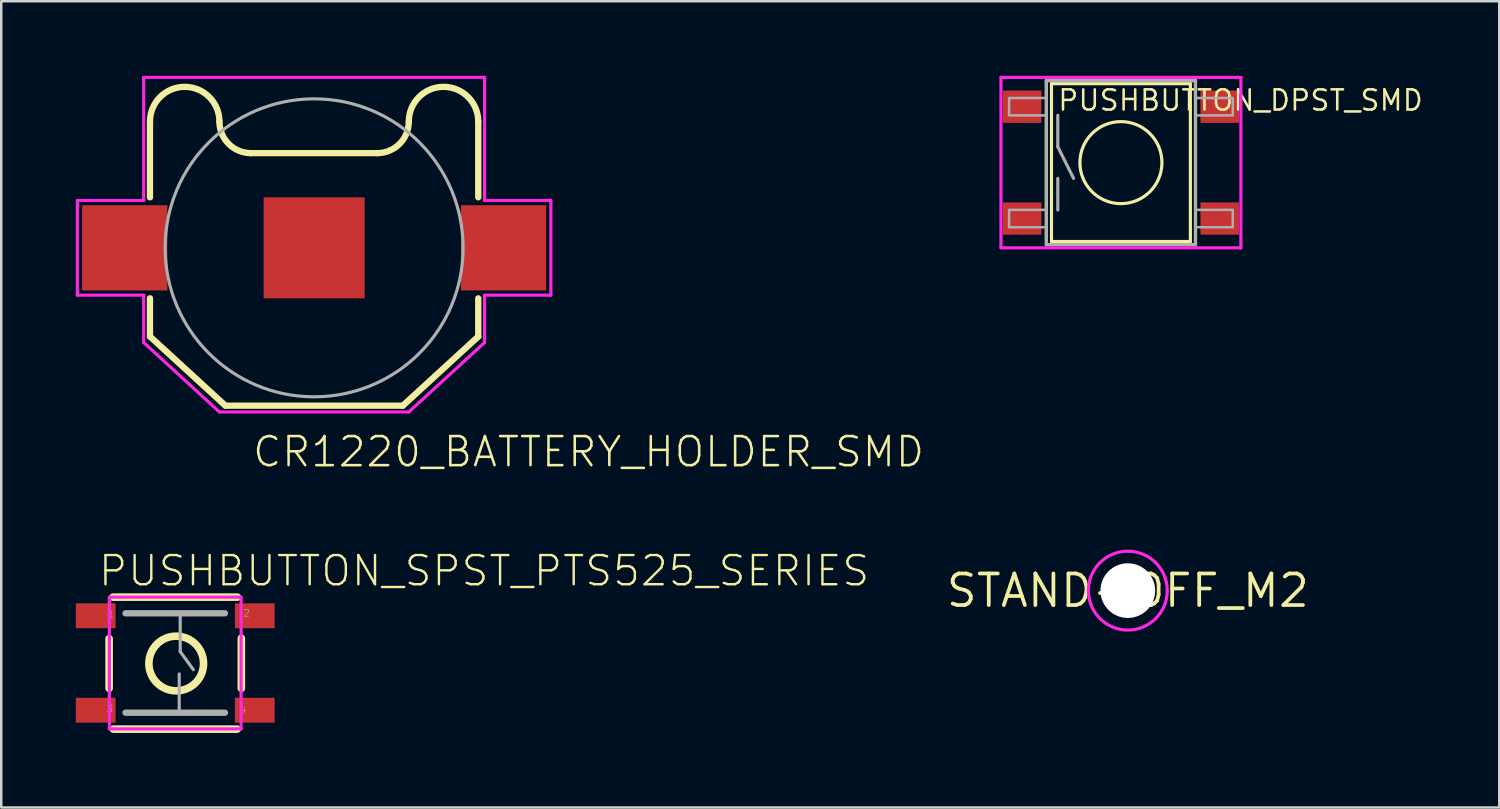
<source format=kicad_pcb>
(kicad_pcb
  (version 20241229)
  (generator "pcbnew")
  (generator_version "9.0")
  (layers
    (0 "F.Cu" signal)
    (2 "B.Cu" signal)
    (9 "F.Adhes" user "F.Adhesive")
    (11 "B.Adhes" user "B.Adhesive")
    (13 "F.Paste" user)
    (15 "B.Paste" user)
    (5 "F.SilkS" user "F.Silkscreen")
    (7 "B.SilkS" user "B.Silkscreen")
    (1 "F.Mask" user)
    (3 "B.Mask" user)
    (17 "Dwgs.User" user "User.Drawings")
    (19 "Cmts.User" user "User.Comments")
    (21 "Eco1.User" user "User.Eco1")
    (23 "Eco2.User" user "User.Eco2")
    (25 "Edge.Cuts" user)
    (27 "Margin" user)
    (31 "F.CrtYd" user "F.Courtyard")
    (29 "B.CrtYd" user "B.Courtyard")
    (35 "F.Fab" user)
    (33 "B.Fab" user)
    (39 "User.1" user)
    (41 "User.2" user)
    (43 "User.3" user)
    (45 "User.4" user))
  (footprint "PUSHBUTTON_SPST_PTS525_SERIES"
    (layer "F.Cu")
    (at 4 23.625)
    (property "Reference" "PUSHBUTTON_SPST_PTS525_SERIES" (at -3.15 -3.708 0) (layer "F.SilkS") (effects (font (size 1.174 1.174) (thickness 0.096)) (justify left)))
    (fp_line (start -2.66 1.02) (end -2.66 -0.98) (stroke (width 0.305) (type solid)) (layer "F.SilkS"))
    (fp_line (start -2.5 -2.65) (end 2.5 -2.65) (stroke (width 0.305) (type solid)) (layer "F.SilkS"))
    (fp_line (start -2.49 2.66) (end 2.49 2.66) (stroke (width 0.305) (type solid)) (layer "F.SilkS"))
    (fp_line (start 2.5 -2.65) (end 2.5 -2.64) (stroke (width 0.127) (type solid)) (layer "F.SilkS"))
    (fp_line (start 2.66 1.02) (end 2.66 -1) (stroke (width 0.305) (type solid)) (layer "F.SilkS"))
    (fp_circle (center 0.04 0.02) (end 1.14 0.02) (stroke (width 0.305) (type solid)) (fill no) (layer "F.SilkS"))
    (fp_line (start -2.65 -2.65) (end 2.65 -2.65) (stroke (width 0.127) (type solid)) (layer "F.CrtYd"))
    (fp_line (start -2.65 2.65) (end -2.65 -2.65) (stroke (width 0.127) (type solid)) (layer "F.CrtYd"))
    (fp_line (start 2.65 -2.65) (end 2.65 2.65) (stroke (width 0.127) (type solid)) (layer "F.CrtYd"))
    (fp_line (start 2.65 2.65) (end -2.65 2.65) (stroke (width 0.127) (type solid)) (layer "F.CrtYd"))
    (fp_line (start -2 -2) (end 2 -2) (stroke (width 0.254) (type solid)) (layer "F.Fab"))
    (fp_line (start -2 2) (end 2 2) (stroke (width 0.254) (type solid)) (layer "F.Fab"))
    (fp_line (start 0.16 2.01) (end 0.16 0.44) (stroke (width 0.127) (type solid)) (layer "F.Fab"))
    (fp_line (start 0.2 -2.055) (end 0.2 -0.46) (stroke (width 0.127) (type solid)) (layer "F.Fab"))
    (fp_line (start 0.2 -0.46) (end 0.73 0.27) (stroke (width 0.127) (type solid)) (layer "F.Fab"))
    (fp_text user "3" (at -2.78 2.005 0) (layer "F.Fab") (effects (font (size 0.28 0.28) (thickness 0.024)) (justify left bottom)))
    (fp_text user "2" (at 2.72 -1.845 0) (layer "F.Fab") (effects (font (size 0.28 0.28) (thickness 0.024)) (justify left bottom)))
    (fp_text user "4" (at 2.58 2.04 0) (layer "F.Fab") (effects (font (size 0.28 0.28) (thickness 0.024)) (justify left bottom)))
    (fp_text user "1" (at -2.73 -1.785 0) (layer "F.Fab") (effects (font (size 0.28 0.28) (thickness 0.024)) (justify left bottom)))
    (pad "P$1" smd rect (at -3.2 -1.9) (size 1.6 1) (layers "F.Cu" "F.Mask" "F.Paste"))
    (pad "P$2" smd rect (at 3.2 -1.9) (size 1.6 1) (layers "F.Cu" "F.Mask" "F.Paste"))
    (pad "P$3" smd rect (at -3.2 1.9) (size 1.6 1) (layers "F.Cu" "F.Mask" "F.Paste"))
    (pad "P$4" smd rect (at 3.2 1.9) (size 1.6 1) (layers "F.Cu" "F.Mask" "F.Paste")))
  (footprint "CR1220_BATTERY_HOLDER_SMD"
    (layer "F.Cu")
    (at 9.588 6.921)
    (property "Reference" "CR1220_BATTERY_HOLDER_SMD" (at -2.54 8.89 0) (layer "F.SilkS") (effects (font (size 1.168 1.168) (thickness 0.102)) (justify left bottom)))
    (fp_line (start -6.604 -2.032) (end -6.604 -5.08) (stroke (width 0.254) (type solid)) (layer "F.SilkS"))
    (fp_line (start -6.604 2.032) (end -6.604 3.569) (stroke (width 0.254) (type solid)) (layer "F.SilkS"))
    (fp_line (start -6.604 3.569) (end -3.569 6.35) (stroke (width 0.254) (type solid)) (layer "F.SilkS"))
    (fp_line (start -3.569 6.35) (end 3.569 6.35) (stroke (width 0.254) (type solid)) (layer "F.SilkS"))
    (fp_line (start -2.54 -3.81) (end 2.54 -3.81) (stroke (width 0.254) (type solid)) (layer "F.SilkS"))
    (fp_line (start 3.569 6.35) (end 6.604 3.569) (stroke (width 0.254) (type solid)) (layer "F.SilkS"))
    (fp_line (start 6.604 -2.032) (end 6.604 -5.08) (stroke (width 0.254) (type solid)) (layer "F.SilkS"))
    (fp_line (start 6.604 2.032) (end 6.604 3.569) (stroke (width 0.254) (type solid)) (layer "F.SilkS"))
    (fp_arc (start -6.604 -5.08) (mid -5.207 -6.477) (end -3.81 -5.08) (stroke (width 0.254) (type solid)) (layer "F.SilkS"))
    (fp_arc (start -2.54 -3.81) (mid -3.438026 -4.181974) (end -3.81 -5.08) (stroke (width 0.254) (type solid)) (layer "F.SilkS"))
    (fp_arc (start 3.81 -5.08) (mid 3.438026 -4.181974) (end 2.54 -3.81) (stroke (width 0.254) (type solid)) (layer "F.SilkS"))
    (fp_arc (start 3.81 -5.08) (mid 5.207 -6.477) (end 6.604 -5.08) (stroke (width 0.254) (type solid)) (layer "F.SilkS"))
    (fp_line (start -9.525 -1.905) (end -9.525 1.905) (stroke (width 0.127) (type solid)) (layer "F.CrtYd"))
    (fp_line (start -9.525 1.905) (end -6.858 1.905) (stroke (width 0.127) (type solid)) (layer "F.CrtYd"))
    (fp_line (start -6.858 -6.858) (end -6.858 -1.905) (stroke (width 0.127) (type solid)) (layer "F.CrtYd"))
    (fp_line (start -6.858 -1.905) (end -9.525 -1.905) (stroke (width 0.127) (type solid)) (layer "F.CrtYd"))
    (fp_line (start -6.858 1.905) (end -6.858 3.81) (stroke (width 0.127) (type solid)) (layer "F.CrtYd"))
    (fp_line (start -6.858 3.81) (end -3.81 6.604) (stroke (width 0.127) (type solid)) (layer "F.CrtYd"))
    (fp_line (start -3.81 6.604) (end 3.81 6.604) (stroke (width 0.127) (type solid)) (layer "F.CrtYd"))
    (fp_line (start 3.81 6.604) (end 6.858 3.81) (stroke (width 0.127) (type solid)) (layer "F.CrtYd"))
    (fp_line (start 6.858 -6.858) (end -6.858 -6.858) (stroke (width 0.127) (type solid)) (layer "F.CrtYd"))
    (fp_line (start 6.858 -1.905) (end 6.858 -6.858) (stroke (width 0.127) (type solid)) (layer "F.CrtYd"))
    (fp_line (start 6.858 1.905) (end 9.525 1.905) (stroke (width 0.127) (type solid)) (layer "F.CrtYd"))
    (fp_line (start 6.858 3.81) (end 6.858 1.905) (stroke (width 0.127) (type solid)) (layer "F.CrtYd"))
    (fp_line (start 9.525 -1.905) (end 6.858 -1.905) (stroke (width 0.127) (type solid)) (layer "F.CrtYd"))
    (fp_line (start 9.525 1.905) (end 9.525 -1.905) (stroke (width 0.127) (type solid)) (layer "F.CrtYd"))
    (fp_circle (center 0 0) (end 5.994 0) (stroke (width 0.127) (type solid)) (fill no) (layer "F.Fab"))
    (pad "GND" smd rect (at 0 0) (size 4.064 4.064) (layers "F.Cu" "F.Mask" "F.Paste"))
    (pad "P$1" smd rect (at -7.62 0) (size 3.429 3.429) (layers "F.Cu" "F.Mask" "F.Paste"))
    (pad "P$2" smd rect (at 7.62 0) (size 3.429 3.429) (layers "F.Cu" "F.Mask" "F.Paste")))
  (footprint "STAND-OFF_M2"
    (layer "F.Cu")
    (at 42.326 20.713)
    (property "Reference" "STAND-OFF_M2" (at 0 0 0) (layer "F.SilkS") (effects (font (size 1.27 1.27) (thickness 0.15))))
    (fp_circle (center 0 0) (end 1.587 0) (stroke (width 0.127) (type solid)) (fill no) (layer "F.CrtYd"))
    (pad "" np_thru_hole circle (at 0 0) (size 2.2 2.2) (drill 2.2) (layers "*.Cu" "*.Mask")))
  (footprint "PUSHBUTTON_DPST_SMD"
    (layer "F.Cu")
    (at 42.049 3.493)
    (property "Reference" "PUSHBUTTON_DPST_SMD" (at -2.591 -2.032 0) (layer "F.SilkS") (effects (font (size 0.813 0.813) (thickness 0.102)) (justify left bottom)))
    (fp_line (start -3 -3.3) (end 3 -3.3) (stroke (width 0.127) (type solid)) (layer "F.SilkS"))
    (fp_line (start -3 3.3) (end -3 -3.3) (stroke (width 0.127) (type solid)) (layer "F.SilkS"))
    (fp_line (start -2.794 -3.175) (end 2.794 -3.175) (stroke (width 0.127) (type solid)) (layer "F.SilkS"))
    (fp_line (start -2.794 3.175) (end -2.794 -3.175) (stroke (width 0.127) (type solid)) (layer "F.SilkS"))
    (fp_line (start 2.794 -3.175) (end 2.794 3.175) (stroke (width 0.127) (type solid)) (layer "F.SilkS"))
    (fp_line (start 2.794 3.175) (end -2.794 3.175) (stroke (width 0.127) (type solid)) (layer "F.SilkS"))
    (fp_line (start 3 -3.3) (end 3 3.3) (stroke (width 0.127) (type solid)) (layer "F.SilkS"))
    (fp_line (start 3 3.3) (end -3 3.3) (stroke (width 0.127) (type solid)) (layer "F.SilkS"))
    (fp_circle (center 0 0) (end 1.65 0) (stroke (width 0.127) (type solid)) (fill no) (layer "F.SilkS"))
    (fp_line (start -4.826 -3.429) (end 4.826 -3.429) (stroke (width 0.127) (type solid)) (layer "F.CrtYd"))
    (fp_line (start -4.826 3.429) (end -4.826 -3.429) (stroke (width 0.127) (type solid)) (layer "F.CrtYd"))
    (fp_line (start 4.826 -3.429) (end 4.826 3.429) (stroke (width 0.127) (type solid)) (layer "F.CrtYd"))
    (fp_line (start 4.826 3.429) (end -4.826 3.429) (stroke (width 0.127) (type solid)) (layer "F.CrtYd"))
    (fp_line (start -3 -3.3) (end -3 3.3) (stroke (width 0.127) (type solid)) (layer "F.Fab"))
    (fp_line (start -3 3.3) (end 3 3.3) (stroke (width 0.127) (type solid)) (layer "F.Fab"))
    (fp_line (start -2.54 -1.905) (end -2.54 -0.635) (stroke (width 0.127) (type solid)) (layer "F.Fab"))
    (fp_line (start -2.54 -0.635) (end -1.905 0.635) (stroke (width 0.127) (type solid)) (layer "F.Fab"))
    (fp_line (start -2.54 1.905) (end -2.54 0.635) (stroke (width 0.127) (type solid)) (layer "F.Fab"))
    (fp_line (start 3 -3.3) (end -3 -3.3) (stroke (width 0.127) (type solid)) (layer "F.Fab"))
    (fp_line (start 3 3.3) (end 3 -3.3) (stroke (width 0.127) (type solid)) (layer "F.Fab"))
    (fp_poly (pts (xy -4.5 -1.9) (xy -3 -1.9) (xy -3 -2.6) (xy -4.5 -2.6)) (stroke (width 0.1) (type solid)) (fill no) (layer "F.Fab"))
    (fp_poly (pts (xy -4.5 2.6) (xy -3 2.6) (xy -3 1.9) (xy -4.5 1.9)) (stroke (width 0.1) (type solid)) (fill no) (layer "F.Fab"))
    (fp_poly (pts (xy 3 -1.9) (xy 4.5 -1.9) (xy 4.5 -2.6) (xy 3 -2.6)) (stroke (width 0.1) (type solid)) (fill no) (layer "F.Fab"))
    (fp_poly (pts (xy 3 2.6) (xy 4.5 2.6) (xy 4.5 1.9) (xy 3 1.9)) (stroke (width 0.1) (type solid)) (fill no) (layer "F.Fab"))
    (pad "P" smd rect (at 3.975 2.25) (size 1.55 1.3) (layers "F.Cu" "F.Mask" "F.Paste"))
    (pad "P$1" smd rect (at -3.975 2.25) (size 1.55 1.3) (layers "F.Cu" "F.Mask" "F.Paste"))
    (pad "S" smd rect (at 3.975 -2.25) (size 1.55 1.3) (layers "F.Cu" "F.Mask" "F.Paste"))
    (pad "S$1" smd rect (at -3.975 -2.25) (size 1.55 1.3) (layers "F.Cu" "F.Mask" "F.Paste")))
  (gr_rect
    (start -3 -3)
    (end 57.27 29.438)
    (stroke (width 0.1) (type default))
    (fill no)
    (layer "Edge.Cuts")))
</source>
